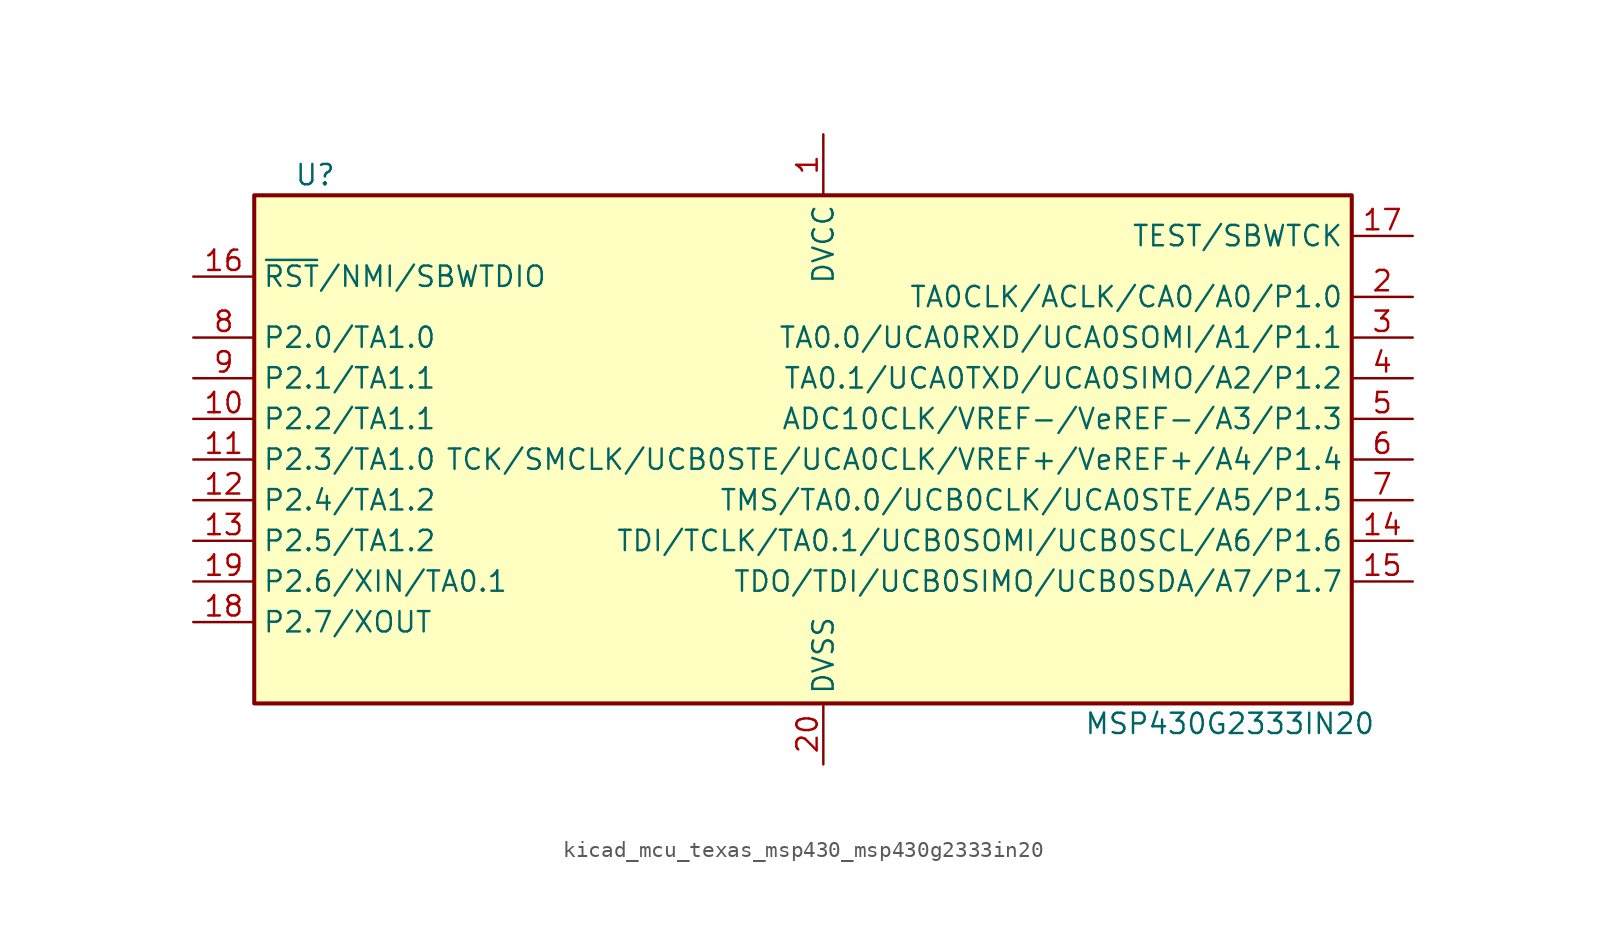
<source format=kicad_sym>
(kicad_symbol_lib
  (version 20220914)
  (generator kicad_symbol_editor)
  (symbol "kicad_mcu_texas_msp430_msp430g2333in20"
    (property "Reference" "U"
      (at -30.48 17.78 0)
      (effects (font (size 1.27 1.27))))
    (property "Value" "MSP430G2333IN20"
      (at 26.67 -16.51 0)
      (effects (font (size 1.27 1.27))))
    (symbol "kicad_mcu_texas_msp430_msp430g2333in20_0_1"
      (rectangle (start -34.29 16.51) (end 34.29 -15.24) (stroke (width 0.254) (type default)) (fill (type background))))
    (symbol "kicad_mcu_texas_msp430_msp430g2333in20_1_1"
      (pin power_in line (at 1.27 20.32 270) (length 3.81) (name "DVCC" (effects (font (size 1.27 1.27)))) (number "1" (effects (font (size 1.27 1.27)))))
      (pin bidirectional line (at -38.1 2.54 0) (length 3.81) (name "P2.2/TA1.1" (effects (font (size 1.27 1.27)))) (number "10" (effects (font (size 1.27 1.27)))))
      (pin bidirectional line (at -38.1 0 0) (length 3.81) (name "P2.3/TA1.0" (effects (font (size 1.27 1.27)))) (number "11" (effects (font (size 1.27 1.27)))))
      (pin bidirectional line (at -38.1 -2.54 0) (length 3.81) (name "P2.4/TA1.2" (effects (font (size 1.27 1.27)))) (number "12" (effects (font (size 1.27 1.27)))))
      (pin bidirectional line (at -38.1 -5.08 0) (length 3.81) (name "P2.5/TA1.2" (effects (font (size 1.27 1.27)))) (number "13" (effects (font (size 1.27 1.27)))))
      (pin bidirectional line (at 38.1 -5.08 180) (length 3.81) (name "TDI/TCLK/TA0.1/UCB0SOMI/UCB0SCL/A6/P1.6" (effects (font (size 1.27 1.27)))) (number "14" (effects (font (size 1.27 1.27)))))
      (pin bidirectional line (at 38.1 -7.62 180) (length 3.81) (name "TDO/TDI/UCB0SIMO/UCB0SDA/A7/P1.7" (effects (font (size 1.27 1.27)))) (number "15" (effects (font (size 1.27 1.27)))))
      (pin input line (at -38.1 11.43 0) (length 3.81) (name "~{RST}/NMI/SBWTDIO" (effects (font (size 1.27 1.27)))) (number "16" (effects (font (size 1.27 1.27)))))
      (pin input line (at 38.1 13.97 180) (length 3.81) (name "TEST/SBWTCK" (effects (font (size 1.27 1.27)))) (number "17" (effects (font (size 1.27 1.27)))))
      (pin bidirectional line (at -38.1 -10.16 0) (length 3.81) (name "P2.7/XOUT" (effects (font (size 1.27 1.27)))) (number "18" (effects (font (size 1.27 1.27)))))
      (pin bidirectional line (at -38.1 -7.62 0) (length 3.81) (name "P2.6/XIN/TA0.1" (effects (font (size 1.27 1.27)))) (number "19" (effects (font (size 1.27 1.27)))))
      (pin bidirectional line (at 38.1 10.16 180) (length 3.81) (name "TA0CLK/ACLK/CA0/A0/P1.0" (effects (font (size 1.27 1.27)))) (number "2" (effects (font (size 1.27 1.27)))))
      (pin power_in line (at 1.27 -19.05 90) (length 3.81) (name "DVSS" (effects (font (size 1.27 1.27)))) (number "20" (effects (font (size 1.27 1.27)))))
      (pin bidirectional line (at 38.1 7.62 180) (length 3.81) (name "TA0.0/UCA0RXD/UCA0SOMI/A1/P1.1" (effects (font (size 1.27 1.27)))) (number "3" (effects (font (size 1.27 1.27)))))
      (pin bidirectional line (at 38.1 5.08 180) (length 3.81) (name "TA0.1/UCA0TXD/UCA0SIMO/A2/P1.2" (effects (font (size 1.27 1.27)))) (number "4" (effects (font (size 1.27 1.27)))))
      (pin bidirectional line (at 38.1 2.54 180) (length 3.81) (name "ADC10CLK/VREF-/VeREF-/A3/P1.3" (effects (font (size 1.27 1.27)))) (number "5" (effects (font (size 1.27 1.27)))))
      (pin bidirectional line (at 38.1 0 180) (length 3.81) (name "TCK/SMCLK/UCB0STE/UCA0CLK/VREF+/VeREF+/A4/P1.4" (effects (font (size 1.27 1.27)))) (number "6" (effects (font (size 1.27 1.27)))))
      (pin bidirectional line (at 38.1 -2.54 180) (length 3.81) (name "TMS/TA0.0/UCB0CLK/UCA0STE/A5/P1.5" (effects (font (size 1.27 1.27)))) (number "7" (effects (font (size 1.27 1.27)))))
      (pin bidirectional line (at -38.1 7.62 0) (length 3.81) (name "P2.0/TA1.0" (effects (font (size 1.27 1.27)))) (number "8" (effects (font (size 1.27 1.27)))))
      (pin bidirectional line (at -38.1 5.08 0) (length 3.81) (name "P2.1/TA1.1" (effects (font (size 1.27 1.27)))) (number "9" (effects (font (size 1.27 1.27))))))))
</source>
